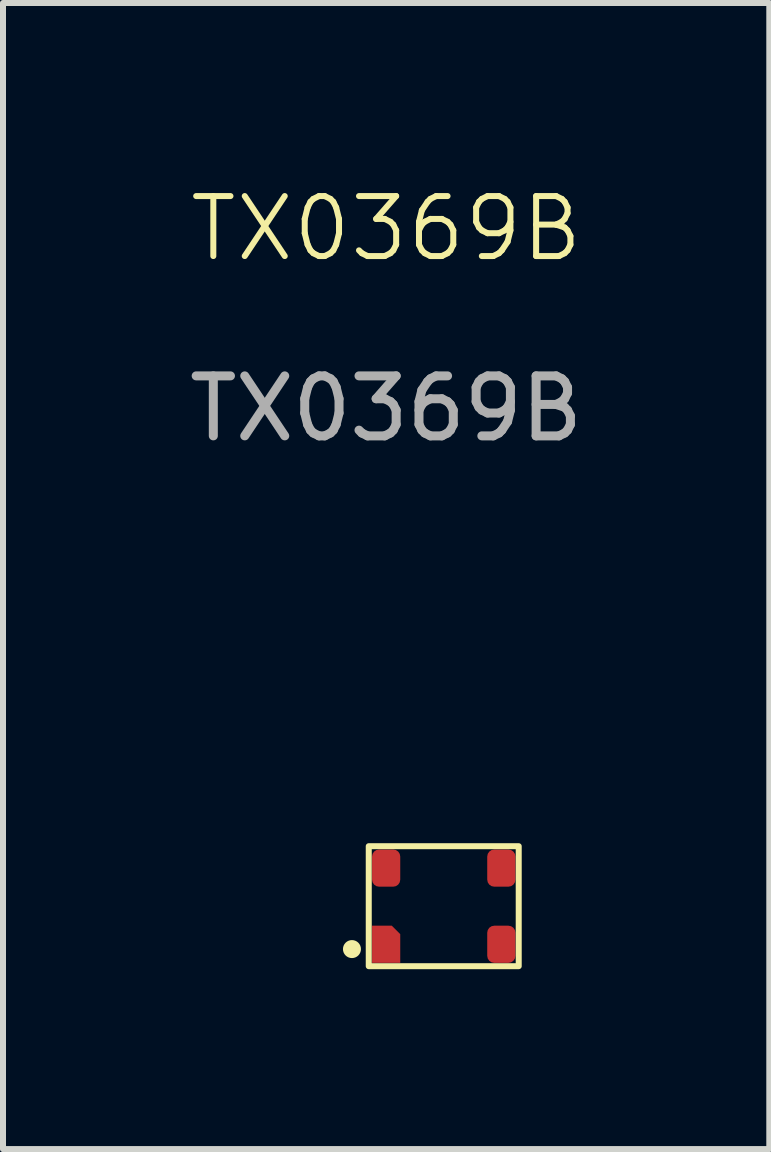
<source format=kicad_pcb>
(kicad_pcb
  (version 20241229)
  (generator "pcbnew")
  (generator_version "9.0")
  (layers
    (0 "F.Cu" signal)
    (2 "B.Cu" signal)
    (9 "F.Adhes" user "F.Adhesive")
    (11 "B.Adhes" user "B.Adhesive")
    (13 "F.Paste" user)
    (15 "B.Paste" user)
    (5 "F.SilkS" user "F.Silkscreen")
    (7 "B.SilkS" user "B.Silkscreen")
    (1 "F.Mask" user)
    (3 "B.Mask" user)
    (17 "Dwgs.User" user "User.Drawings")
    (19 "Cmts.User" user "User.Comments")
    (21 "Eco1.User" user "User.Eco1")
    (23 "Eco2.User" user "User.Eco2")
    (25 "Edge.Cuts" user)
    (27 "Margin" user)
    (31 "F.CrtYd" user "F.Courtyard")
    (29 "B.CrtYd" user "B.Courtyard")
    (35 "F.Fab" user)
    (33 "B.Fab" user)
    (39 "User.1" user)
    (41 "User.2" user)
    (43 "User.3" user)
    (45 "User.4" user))
  (footprint "TX0369B"
    (layer "F.Cu")
    (at 3.387 11.421)
    (property "Reference" "TX0369B" (at 0 -10.66 0) (unlocked yes) (layer "F.SilkS") (effects (font (size 1 1) (thickness 0.1))))
    (attr smd)
    (fp_rect (start -0.29 -0.365) (end 2.21 1.635) (stroke (width 0.1) (type default)) (fill no) (layer "F.SilkS"))
    (fp_circle (center -0.57 1.35) (end -0.47 1.35) (stroke (width 0.1) (type solid)) (fill yes) (layer "F.SilkS"))
    (fp_text user "${REFERENCE}" (at 0 -7.66 0) (unlocked yes) (layer "F.Fab") (effects (font (size 1 1) (thickness 0.15))))
    (pad "1" smd roundrect (at 0 1.27) (size 0.47 0.62) (layers "F.Cu" "F.Mask" "F.Paste") (roundrect_rratio 0) (chamfer_ratio 0.3) (chamfer top_right))
    (pad "2" smd roundrect (at 1.92 1.27) (size 0.47 0.62) (layers "F.Cu" "F.Mask" "F.Paste") (roundrect_rratio 0.25))
    (pad "3" smd roundrect (at 1.92 0) (size 0.47 0.62) (layers "F.Cu" "F.Mask" "F.Paste") (roundrect_rratio 0.25))
    (pad "4" smd roundrect (at 0 0) (size 0.47 0.62) (layers "F.Cu" "F.Mask" "F.Paste") (roundrect_rratio 0.25)))
  (gr_rect
    (start -3 -3)
    (end 9.774 16.105)
    (stroke (width 0.1) (type default))
    (fill no)
    (layer "Edge.Cuts")))
</source>
